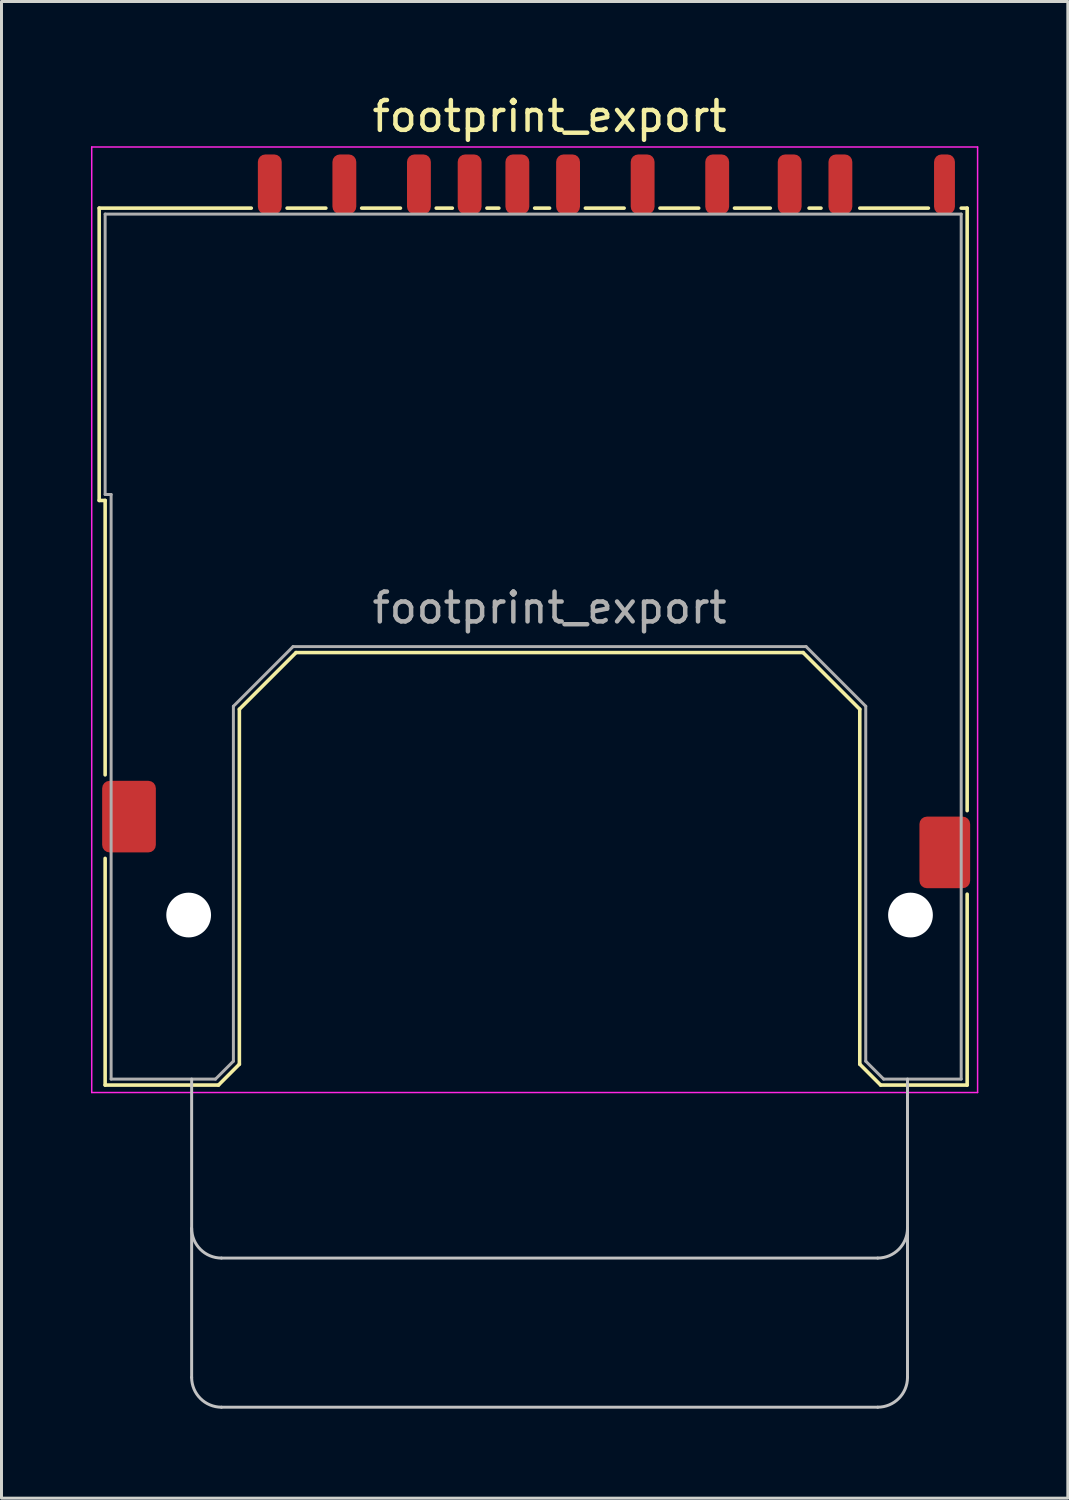
<source format=kicad_pcb>
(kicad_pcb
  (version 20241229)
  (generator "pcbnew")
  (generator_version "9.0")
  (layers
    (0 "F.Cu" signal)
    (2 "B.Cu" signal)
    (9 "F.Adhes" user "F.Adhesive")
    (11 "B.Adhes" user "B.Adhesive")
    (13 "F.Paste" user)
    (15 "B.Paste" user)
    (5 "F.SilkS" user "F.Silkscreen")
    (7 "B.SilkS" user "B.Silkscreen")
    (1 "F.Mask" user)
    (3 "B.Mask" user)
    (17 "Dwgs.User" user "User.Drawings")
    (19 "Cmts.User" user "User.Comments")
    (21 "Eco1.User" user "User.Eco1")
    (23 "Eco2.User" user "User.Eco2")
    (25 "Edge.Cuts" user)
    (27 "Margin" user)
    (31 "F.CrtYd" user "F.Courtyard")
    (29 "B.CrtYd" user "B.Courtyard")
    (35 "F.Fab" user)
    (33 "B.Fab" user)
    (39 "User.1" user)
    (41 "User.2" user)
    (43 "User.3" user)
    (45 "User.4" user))
  (footprint "footprint_export"
    (layer "F.Cu")
    (at 15.375 15.628)
    (property "Reference" "footprint_export" (at 0 -14.78 180) (layer "F.SilkS") (effects (font (size 1 1) (thickness 0.15))))
    (attr smd)
    (fp_line (start -15.1 -11.7) (end -10 -11.7) (stroke (width 0.12) (type solid)) (layer "F.SilkS"))
    (fp_line (start -15.1 -1.9) (end -15.1 -11.7) (stroke (width 0.12) (type solid)) (layer "F.SilkS"))
    (fp_line (start -14.9 -1.9) (end -15.1 -1.9) (stroke (width 0.12) (type solid)) (layer "F.SilkS"))
    (fp_line (start -14.9 -1.9) (end -14.9 7.3) (stroke (width 0.12) (type solid)) (layer "F.SilkS"))
    (fp_line (start -14.9 10.1) (end -14.9 17.7) (stroke (width 0.12) (type solid)) (layer "F.SilkS"))
    (fp_line (start -14.9 17.7) (end -11.1 17.7) (stroke (width 0.12) (type solid)) (layer "F.SilkS"))
    (fp_line (start -10.4 17) (end -11.1 17.7) (stroke (width 0.12) (type solid)) (layer "F.SilkS"))
    (fp_line (start -10.4 17) (end -10.4 5.1) (stroke (width 0.12) (type solid)) (layer "F.SilkS"))
    (fp_line (start -8.8 -11.7) (end -7.5 -11.7) (stroke (width 0.12) (type solid)) (layer "F.SilkS"))
    (fp_line (start -8.5 3.2) (end -10.4 5.1) (stroke (width 0.12) (type solid)) (layer "F.SilkS"))
    (fp_line (start -6.3 -11.7) (end -5 -11.7) (stroke (width 0.12) (type solid)) (layer "F.SilkS"))
    (fp_line (start -3.8 -11.7) (end -3.26 -11.7) (stroke (width 0.12) (type solid)) (layer "F.SilkS"))
    (fp_line (start -2.1 -11.7) (end -1.7 -11.7) (stroke (width 0.12) (type solid)) (layer "F.SilkS"))
    (fp_line (start -0.5 -11.7) (end 0 -11.7) (stroke (width 0.12) (type solid)) (layer "F.SilkS"))
    (fp_line (start 1.2 -11.7) (end 2.5 -11.7) (stroke (width 0.12) (type solid)) (layer "F.SilkS"))
    (fp_line (start 3.7 -11.7) (end 5 -11.7) (stroke (width 0.12) (type solid)) (layer "F.SilkS"))
    (fp_line (start 6.2 -11.7) (end 7.4 -11.7) (stroke (width 0.12) (type solid)) (layer "F.SilkS"))
    (fp_line (start 8.5 3.2) (end -8.5 3.2) (stroke (width 0.12) (type solid)) (layer "F.SilkS"))
    (fp_line (start 8.5 3.2) (end 10.4 5.1) (stroke (width 0.12) (type solid)) (layer "F.SilkS"))
    (fp_line (start 8.7 -11.7) (end 9.1 -11.7) (stroke (width 0.12) (type solid)) (layer "F.SilkS"))
    (fp_line (start 10.4 -11.7) (end 12.7 -11.7) (stroke (width 0.12) (type solid)) (layer "F.SilkS"))
    (fp_line (start 10.4 17) (end 10.4 5.1) (stroke (width 0.12) (type solid)) (layer "F.SilkS"))
    (fp_line (start 10.4 17) (end 11.1 17.7) (stroke (width 0.12) (type solid)) (layer "F.SilkS"))
    (fp_line (start 13.8 -11.7) (end 14 -11.7) (stroke (width 0.12) (type solid)) (layer "F.SilkS"))
    (fp_line (start 14 -11.7) (end 14 8.5) (stroke (width 0.12) (type solid)) (layer "F.SilkS"))
    (fp_line (start 14 11.3) (end 14 17.7) (stroke (width 0.12) (type solid)) (layer "F.SilkS"))
    (fp_line (start 14 17.7) (end 11.1 17.7) (stroke (width 0.12) (type solid)) (layer "F.SilkS"))
    (fp_line (start -12 27.5) (end -12 17.5) (stroke (width 0.1) (type solid)) (layer "Dwgs.User"))
    (fp_line (start 11 23.5) (end -11 23.5) (stroke (width 0.1) (type solid)) (layer "Dwgs.User"))
    (fp_line (start 11 28.5) (end -11 28.5) (stroke (width 0.1) (type solid)) (layer "Dwgs.User"))
    (fp_line (start 12 17.5) (end 12 27.5) (stroke (width 0.1) (type solid)) (layer "Dwgs.User"))
    (fp_arc (start -11 23.5) (mid -11.707107 23.207107) (end -12 22.5) (stroke (width 0.1) (type solid)) (layer "Dwgs.User"))
    (fp_arc (start -11 28.5) (mid -11.707107 28.207107) (end -12 27.5) (stroke (width 0.1) (type solid)) (layer "Dwgs.User"))
    (fp_arc (start 12 22.5) (mid 11.707107 23.207107) (end 11 23.5) (stroke (width 0.1) (type solid)) (layer "Dwgs.User"))
    (fp_arc (start 12 27.5) (mid 11.707107 28.207107) (end 11 28.5) (stroke (width 0.1) (type solid)) (layer "Dwgs.User"))
    (fp_line (start -15.35 -13.75) (end -15.35 17.95) (stroke (width 0.05) (type solid)) (layer "F.CrtYd"))
    (fp_line (start -15.35 17.95) (end 14.35 17.95) (stroke (width 0.05) (type solid)) (layer "F.CrtYd"))
    (fp_line (start 14.35 -13.75) (end -15.35 -13.75) (stroke (width 0.05) (type solid)) (layer "F.CrtYd"))
    (fp_line (start 14.35 17.95) (end 14.35 -13.75) (stroke (width 0.05) (type solid)) (layer "F.CrtYd"))
    (fp_line (start -14.9 -11.5) (end 13.8 -11.5) (stroke (width 0.1) (type solid)) (layer "F.Fab"))
    (fp_line (start -14.9 -2.1) (end -14.9 -11.5) (stroke (width 0.1) (type solid)) (layer "F.Fab"))
    (fp_line (start -14.7 -2.1) (end -14.9 -2.1) (stroke (width 0.1) (type solid)) (layer "F.Fab"))
    (fp_line (start -14.7 17.5) (end -14.7 -2.1) (stroke (width 0.1) (type solid)) (layer "F.Fab"))
    (fp_line (start -11.2 17.5) (end -14.7 17.5) (stroke (width 0.1) (type solid)) (layer "F.Fab"))
    (fp_line (start -11.2 17.5) (end -10.6 16.9) (stroke (width 0.1) (type solid)) (layer "F.Fab"))
    (fp_line (start -10.6 5) (end -10.6 16.9) (stroke (width 0.1) (type solid)) (layer "F.Fab"))
    (fp_line (start -10.6 5) (end -8.6 3) (stroke (width 0.1) (type solid)) (layer "F.Fab"))
    (fp_line (start 8.6 3) (end -8.6 3) (stroke (width 0.1) (type solid)) (layer "F.Fab"))
    (fp_line (start 8.6 3) (end 10.6 5) (stroke (width 0.1) (type solid)) (layer "F.Fab"))
    (fp_line (start 10.6 16.9) (end 10.6 5) (stroke (width 0.1) (type solid)) (layer "F.Fab"))
    (fp_line (start 10.6 16.9) (end 11.2 17.5) (stroke (width 0.1) (type solid)) (layer "F.Fab"))
    (fp_line (start 13.8 -11.5) (end 13.8 17.5) (stroke (width 0.1) (type solid)) (layer "F.Fab"))
    (fp_line (start 13.8 17.5) (end 11.2 17.5) (stroke (width 0.1) (type solid)) (layer "F.Fab"))
    (fp_text user "${REFERENCE}" (at 0 1.7 180) (layer "F.Fab") (effects (font (size 1 1) (thickness 0.15))))
    (pad "" np_thru_hole circle (at -12.1 12 180) (size 1.5 1.5) (drill 1.5) (layers "*.Cu" "*.Mask"))
    (pad "" np_thru_hole circle (at 12.1 12 180) (size 1.5 1.5) (drill 1.5) (layers "*.Cu" "*.Mask"))
    (pad "1" smd roundrect (at -6.88 -12.5) (size 0.8 2) (layers "F.Cu" "F.Mask" "F.Paste") (roundrect_rratio 0.313))
    (pad "2" smd roundrect (at -4.38 -12.5) (size 0.8 2) (layers "F.Cu" "F.Mask" "F.Paste") (roundrect_rratio 0.313))
    (pad "3" smd roundrect (at -1.08 -12.5) (size 0.8 2) (layers "F.Cu" "F.Mask" "F.Paste") (roundrect_rratio 0.313))
    (pad "4" smd roundrect (at 0.62 -12.5) (size 0.8 2) (layers "F.Cu" "F.Mask" "F.Paste") (roundrect_rratio 0.313))
    (pad "5" smd roundrect (at 3.12 -12.5) (size 0.8 2) (layers "F.Cu" "F.Mask" "F.Paste") (roundrect_rratio 0.313))
    (pad "6" smd roundrect (at 5.62 -12.5) (size 0.8 2) (layers "F.Cu" "F.Mask" "F.Paste") (roundrect_rratio 0.313))
    (pad "7" smd roundrect (at 8.05 -12.5) (size 0.8 2) (layers "F.Cu" "F.Mask" "F.Paste") (roundrect_rratio 0.313))
    (pad "8" smd roundrect (at 9.75 -12.5) (size 0.8 2) (layers "F.Cu" "F.Mask" "F.Paste") (roundrect_rratio 0.313))
    (pad "9" smd roundrect (at -9.38 -12.5) (size 0.8 2) (layers "F.Cu" "F.Mask" "F.Paste") (roundrect_rratio 0.313))
    (pad "10" smd roundrect (at -2.68 -12.5) (size 0.8 2) (layers "F.Cu" "F.Mask" "F.Paste") (roundrect_rratio 0.313))
    (pad "11" smd roundrect (at 13.24 -12.5) (size 0.7 2) (layers "F.Cu" "F.Mask" "F.Paste") (roundrect_rratio 0.357))
    (pad "12" smd roundrect (at 13.25 9.9) (size 1.7 2.4) (layers "F.Cu" "F.Mask" "F.Paste") (roundrect_rratio 0.147))
    (pad "13" smd roundrect (at -14.1 8.7) (size 1.8 2.4) (layers "F.Cu" "F.Mask" "F.Paste") (roundrect_rratio 0.139)))
  (gr_rect
    (start -3 -3)
    (end 32.75 47.178)
    (stroke (width 0.1) (type default))
    (fill no)
    (layer "Edge.Cuts")))
</source>
